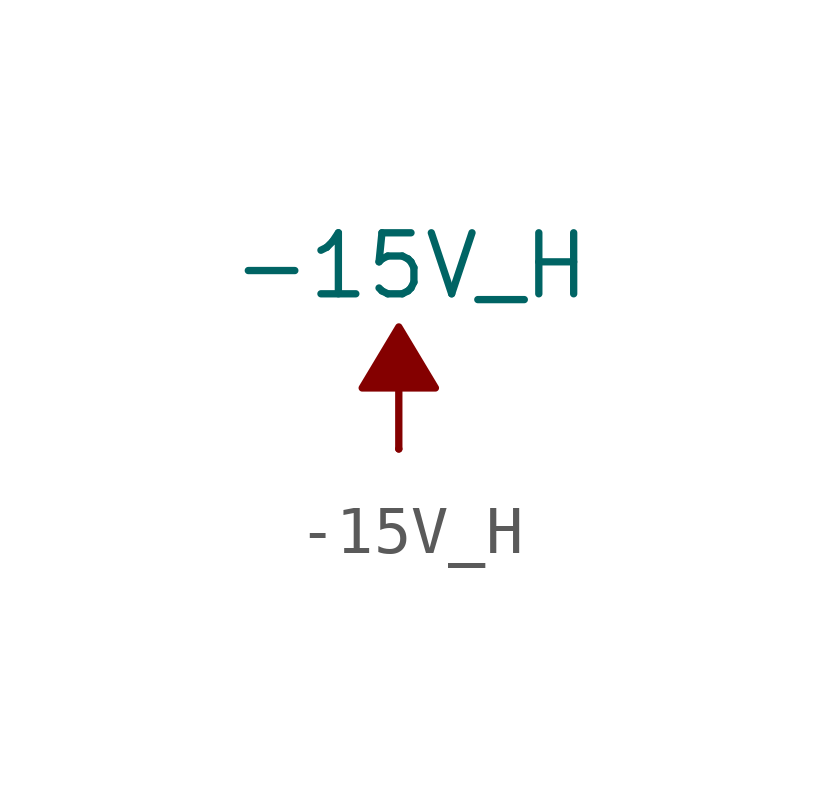
<source format=kicad_sym>
(kicad_symbol_lib
  (version 20231120)
  (generator "kicad_symbol_editor")
  (generator_version "8.0")
  (symbol "-15V_H"
    (power)
    (pin_numbers hide)
    (pin_names
      (offset 0) hide)
    (property "Reference" "#PWR"
      (at -0.254 -2.54 0)
      (effects (font (size 1.27 1.27)) (hide yes)))
    (property "Value" "-15V_H"
      (at 0.254 3.81 0)
      (effects (font (size 1.27 1.27))))
    (symbol "-15V_H_0_0"
      (pin power_in line (at 0 0 90) (length 0) (name "~" (effects (font (size 1.27 1.27)))) (number "1" (effects (font (size 1.27 1.27))))))
    (symbol "-15V_H_0_1"
      (polyline (pts (xy 0 0) (xy 0 1.27) (xy 0.762 1.27) (xy 0 2.54) (xy -0.762 1.27) (xy 0 1.27)) (stroke (width 0) (type default)) (fill (type outline))))))
</source>
